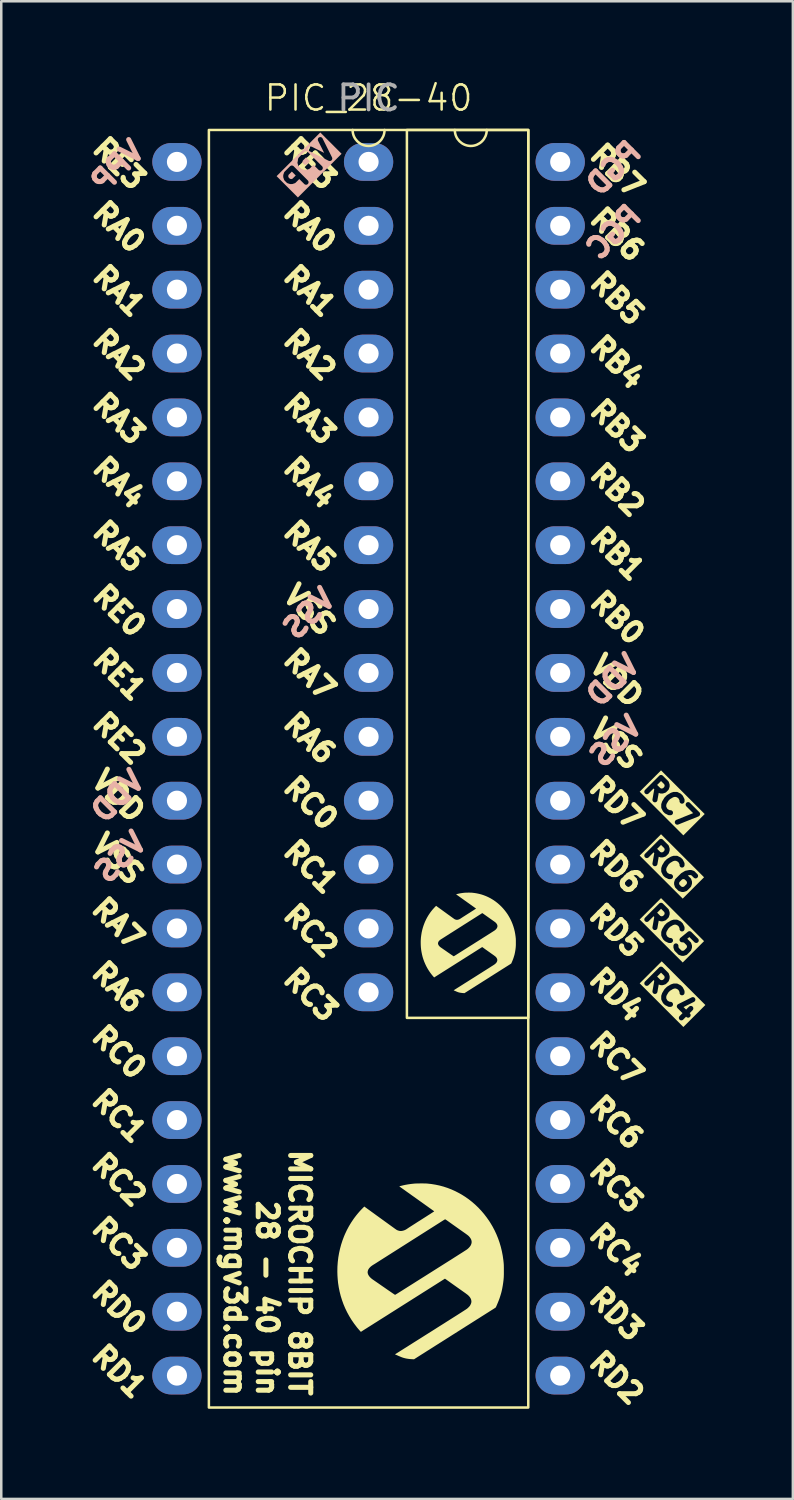
<source format=kicad_pcb>
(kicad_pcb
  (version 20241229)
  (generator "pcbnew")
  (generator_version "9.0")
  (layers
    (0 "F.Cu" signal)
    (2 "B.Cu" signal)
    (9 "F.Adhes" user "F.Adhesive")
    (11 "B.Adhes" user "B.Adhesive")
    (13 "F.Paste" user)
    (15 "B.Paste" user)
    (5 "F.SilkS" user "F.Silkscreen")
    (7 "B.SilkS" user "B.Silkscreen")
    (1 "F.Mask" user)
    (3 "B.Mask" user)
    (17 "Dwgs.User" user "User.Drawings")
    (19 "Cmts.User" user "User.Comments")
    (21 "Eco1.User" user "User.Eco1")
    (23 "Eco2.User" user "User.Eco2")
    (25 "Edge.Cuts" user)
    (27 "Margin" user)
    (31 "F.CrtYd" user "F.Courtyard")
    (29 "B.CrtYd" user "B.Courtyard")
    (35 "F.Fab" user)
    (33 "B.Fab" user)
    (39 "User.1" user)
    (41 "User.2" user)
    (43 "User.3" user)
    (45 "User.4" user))
  (footprint "PIC_28-40"
    (layer "F.Cu")
    (at 11.606 0.848)
    (property "Reference" "PIC_28-40" (at 0 0 0) (unlocked yes) (layer "F.SilkS") (effects (font (size 1 1) (thickness 0.1))))
    (attr smd)
    (fp_rect (start -6.35 1.27) (end 6.35 52.07) (stroke (width 0.1) (type default)) (fill no) (layer "F.SilkS"))
    (fp_rect (start 1.524 1.27) (end 6.35 36.576) (stroke (width 0.1) (type default)) (fill no) (layer "F.SilkS"))
    (fp_arc (start 0.635 1.27) (mid 0 1.905) (end -0.635 1.27) (stroke (width 0.1) (type default)) (layer "F.SilkS"))
    (fp_arc (start 4.699 1.27) (mid 4.064 1.905) (end 3.429 1.27) (stroke (width 0.1) (type default)) (layer "F.SilkS"))
    (fp_poly (pts (xy 5.379 46.728) (xy 5.379 46.769) (xy 5.378 46.805) (xy 5.377 46.838) (xy 5.376 46.867) (xy 5.375 46.896) (xy 5.372 46.925) (xy 5.37 46.955) (xy 5.367 46.987) (xy 5.363 47.023) (xy 5.361 47.037) (xy 5.354 47.095) (xy 5.345 47.158) (xy 5.335 47.224) (xy 5.323 47.29) (xy 5.311 47.355) (xy 5.298 47.415) (xy 5.285 47.469) (xy 5.284 47.473) (xy 5.278 47.498) (xy 5.269 47.53) (xy 5.258 47.566) (xy 5.247 47.604) (xy 5.235 47.642) (xy 5.224 47.677) (xy 5.214 47.708) (xy 5.209 47.723) (xy 5.199 47.75) (xy 5.188 47.781) (xy 5.174 47.816) (xy 5.16 47.852) (xy 5.145 47.889) (xy 5.13 47.925) (xy 5.115 47.961) (xy 5.101 47.994) (xy 5.088 48.025) (xy 5.076 48.051) (xy 5.066 48.072) (xy 5.058 48.087) (xy 5.054 48.094) (xy 5.053 48.095) (xy 5.048 48.098) (xy 5.037 48.106) (xy 5.02 48.117) (xy 4.998 48.131) (xy 4.973 48.147) (xy 4.945 48.165) (xy 4.937 48.17) (xy 4.917 48.182) (xy 4.896 48.195) (xy 4.875 48.209) (xy 4.851 48.224) (xy 4.826 48.24) (xy 4.798 48.257) (xy 4.768 48.277) (xy 4.734 48.298) (xy 4.697 48.321) (xy 4.656 48.347) (xy 4.61 48.376) (xy 4.56 48.408) (xy 4.504 48.443) (xy 4.443 48.482) (xy 4.376 48.525) (xy 4.302 48.571) (xy 4.222 48.622) (xy 4.171 48.654) (xy 4.121 48.686) (xy 4.072 48.717) (xy 4.023 48.748) (xy 3.976 48.778) (xy 3.931 48.806) (xy 3.89 48.832) (xy 3.853 48.855) (xy 3.822 48.876) (xy 3.795 48.892) (xy 3.776 48.905) (xy 3.772 48.907) (xy 3.748 48.922) (xy 3.717 48.942) (xy 3.682 48.964) (xy 3.644 48.988) (xy 3.605 49.013) (xy 3.565 49.038) (xy 3.527 49.062) (xy 3.527 49.063) (xy 3.45 49.111) (xy 3.38 49.155) (xy 3.317 49.195) (xy 3.259 49.232) (xy 3.207 49.265) (xy 3.159 49.296) (xy 3.115 49.323) (xy 3.075 49.349) (xy 3.037 49.373) (xy 3.002 49.395) (xy 2.969 49.416) (xy 2.936 49.437) (xy 2.905 49.457) (xy 2.873 49.477) (xy 2.84 49.497) (xy 2.815 49.513) (xy 2.775 49.539) (xy 2.734 49.564) (xy 2.695 49.589) (xy 2.657 49.613) (xy 2.623 49.635) (xy 2.593 49.654) (xy 2.568 49.67) (xy 2.55 49.682) (xy 2.521 49.699) (xy 2.491 49.719) (xy 2.46 49.738) (xy 2.432 49.756) (xy 2.417 49.766) (xy 2.389 49.783) (xy 2.357 49.803) (xy 2.322 49.825) (xy 2.283 49.85) (xy 2.242 49.876) (xy 2.2 49.903) (xy 2.157 49.93) (xy 2.113 49.957) (xy 2.071 49.984) (xy 2.03 50.01) (xy 1.991 50.035) (xy 1.954 50.058) (xy 1.922 50.079) (xy 1.893 50.097) (xy 1.87 50.112) (xy 1.852 50.123) (xy 1.841 50.13) (xy 1.839 50.132) (xy 1.807 50.152) (xy 1.739 50.149) (xy 1.649 50.143) (xy 1.565 50.133) (xy 1.488 50.12) (xy 1.418 50.103) (xy 1.402 50.099) (xy 1.377 50.091) (xy 1.351 50.083) (xy 1.323 50.073) (xy 1.293 50.061) (xy 1.258 50.046) (xy 1.217 50.029) (xy 1.17 50.009) (xy 1.169 50.008) (xy 1.14 49.995) (xy 1.113 49.984) (xy 1.09 49.974) (xy 1.071 49.966) (xy 1.059 49.961) (xy 1.053 49.959) (xy 1.053 49.956) (xy 1.061 49.949) (xy 1.075 49.939) (xy 1.095 49.927) (xy 1.106 49.92) (xy 1.12 49.911) (xy 1.137 49.901) (xy 1.157 49.888) (xy 1.182 49.872) (xy 1.21 49.854) (xy 1.243 49.834) (xy 1.279 49.811) (xy 1.321 49.785) (xy 1.367 49.756) (xy 1.418 49.723) (xy 1.475 49.688) (xy 1.537 49.649) (xy 1.604 49.606) (xy 1.678 49.56) (xy 1.757 49.509) (xy 1.843 49.455) (xy 1.935 49.397) (xy 2.034 49.335) (xy 2.14 49.268) (xy 2.253 49.196) (xy 2.328 49.149) (xy 2.46 49.066) (xy 2.584 48.988) (xy 2.7 48.914) (xy 2.81 48.844) (xy 2.914 48.779) (xy 3.011 48.718) (xy 3.101 48.66) (xy 3.186 48.607) (xy 3.264 48.557) (xy 3.337 48.511) (xy 3.405 48.468) (xy 3.467 48.429) (xy 3.525 48.392) (xy 3.577 48.359) (xy 3.625 48.328) (xy 3.668 48.301) (xy 3.707 48.276) (xy 3.742 48.253) (xy 3.774 48.233) (xy 3.801 48.215) (xy 3.826 48.199) (xy 3.847 48.186) (xy 3.865 48.174) (xy 3.88 48.163) (xy 3.893 48.155) (xy 3.903 48.148) (xy 3.911 48.142) (xy 3.917 48.138) (xy 3.919 48.136) (xy 3.944 48.115) (xy 3.97 48.09) (xy 3.994 48.065) (xy 4.015 48.042) (xy 4.026 48.028) (xy 4.044 48) (xy 4.06 47.967) (xy 4.074 47.934) (xy 4.083 47.904) (xy 4.083 47.903) (xy 4.089 47.859) (xy 4.085 47.814) (xy 4.074 47.769) (xy 4.054 47.724) (xy 4.026 47.68) (xy 3.989 47.637) (xy 3.948 47.597) (xy 3.935 47.587) (xy 3.917 47.573) (xy 3.894 47.556) (xy 3.868 47.536) (xy 3.839 47.515) (xy 3.808 47.493) (xy 3.795 47.484) (xy 3.729 47.437) (xy 3.661 47.389) (xy 3.59 47.339) (xy 3.517 47.287) (xy 3.439 47.232) (xy 3.357 47.174) (xy 3.269 47.111) (xy 3.175 47.044) (xy 3.037 46.946) (xy 2.721 47.146) (xy 2.668 47.18) (xy 2.612 47.215) (xy 2.555 47.251) (xy 2.498 47.287) (xy 2.443 47.322) (xy 2.389 47.356) (xy 2.339 47.388) (xy 2.293 47.417) (xy 2.253 47.442) (xy 2.22 47.463) (xy 2.178 47.489) (xy 2.131 47.519) (xy 2.08 47.552) (xy 2.025 47.586) (xy 1.97 47.621) (xy 1.916 47.655) (xy 1.864 47.688) (xy 1.816 47.719) (xy 1.813 47.72) (xy 1.764 47.751) (xy 1.71 47.786) (xy 1.652 47.822) (xy 1.593 47.859) (xy 1.534 47.897) (xy 1.478 47.932) (xy 1.426 47.965) (xy 1.381 47.993) (xy 1.339 48.02) (xy 1.29 48.051) (xy 1.236 48.085) (xy 1.179 48.121) (xy 1.121 48.158) (xy 1.063 48.195) (xy 1.005 48.231) (xy 0.951 48.266) (xy 0.91 48.291) (xy 0.861 48.322) (xy 0.811 48.354) (xy 0.76 48.387) (xy 0.709 48.419) (xy 0.66 48.45) (xy 0.614 48.479) (xy 0.571 48.506) (xy 0.534 48.529) (xy 0.503 48.549) (xy 0.501 48.55) (xy 0.461 48.575) (xy 0.416 48.604) (xy 0.368 48.634) (xy 0.319 48.666) (xy 0.27 48.696) (xy 0.224 48.725) (xy 0.193 48.745) (xy 0.151 48.772) (xy 0.103 48.802) (xy 0.053 48.834) (xy 0.001 48.866) (xy -0.049 48.898) (xy -0.096 48.928) (xy -0.128 48.947) (xy -0.162 48.969) (xy -0.194 48.989) (xy -0.223 49.008) (xy -0.248 49.024) (xy -0.269 49.038) (xy -0.285 49.048) (xy -0.294 49.054) (xy -0.296 49.055) (xy -0.303 49.06) (xy -0.306 49.061) (xy -0.309 49.058) (xy -0.318 49.049) (xy -0.331 49.035) (xy -0.347 49.017) (xy -0.365 48.997) (xy -0.385 48.974) (xy -0.405 48.951) (xy -0.425 48.927) (xy -0.444 48.905) (xy -0.461 48.884) (xy -0.471 48.871) (xy -0.578 48.73) (xy -0.678 48.585) (xy -0.769 48.436) (xy -0.853 48.283) (xy -0.929 48.126) (xy -0.997 47.965) (xy -1.056 47.801) (xy -1.108 47.634) (xy -1.151 47.464) (xy -1.186 47.292) (xy -1.213 47.116) (xy -1.214 47.108) (xy -1.228 46.964) (xy -1.238 46.817) (xy -1.242 46.67) (xy -1.24 46.525) (xy -1.238 46.457) (xy -1.225 46.28) (xy -1.204 46.105) (xy -1.174 45.931) (xy -1.136 45.759) (xy -1.091 45.591) (xy -1.037 45.425) (xy -0.976 45.263) (xy -0.935 45.167) (xy -0.862 45.012) (xy -0.782 44.862) (xy -0.694 44.717) (xy -0.599 44.575) (xy -0.55 44.508) (xy -0.488 44.427) (xy -0.422 44.347) (xy -0.355 44.269) (xy -0.287 44.196) (xy -0.22 44.128) (xy -0.198 44.106) (xy -0.168 44.078) (xy -0.134 44.104) (xy -0.118 44.116) (xy -0.097 44.131) (xy -0.073 44.148) (xy -0.049 44.166) (xy -0.035 44.177) (xy -0.011 44.193) (xy 0.017 44.214) (xy 0.048 44.236) (xy 0.08 44.259) (xy 0.11 44.281) (xy 0.118 44.287) (xy 0.192 44.34) (xy 0.259 44.389) (xy 0.319 44.433) (xy 0.374 44.472) (xy 0.423 44.508) (xy 0.466 44.539) (xy 0.505 44.567) (xy 0.539 44.592) (xy 0.569 44.613) (xy 0.595 44.632) (xy 0.617 44.649) (xy 0.637 44.663) (xy 0.654 44.675) (xy 0.668 44.685) (xy 0.681 44.695) (xy 0.691 44.702) (xy 0.715 44.719) (xy 0.743 44.739) (xy 0.774 44.762) (xy 0.806 44.785) (xy 0.836 44.807) (xy 0.842 44.811) (xy 0.895 44.849) (xy 0.941 44.883) (xy 0.981 44.911) (xy 1.015 44.936) (xy 1.043 44.956) (xy 1.067 44.973) (xy 1.086 44.986) (xy 1.101 44.996) (xy 1.112 45.004) (xy 1.119 45.008) (xy 1.12 45.009) (xy 1.143 45.02) (xy 1.172 45.031) (xy 1.203 45.04) (xy 1.233 45.047) (xy 1.239 45.048) (xy 1.282 45.051) (xy 1.329 45.047) (xy 1.378 45.036) (xy 1.427 45.02) (xy 1.475 44.998) (xy 1.521 44.97) (xy 1.541 44.956) (xy 1.546 44.953) (xy 1.553 44.948) (xy 1.563 44.941) (xy 1.576 44.933) (xy 1.591 44.922) (xy 1.61 44.91) (xy 1.633 44.895) (xy 1.66 44.878) (xy 1.69 44.858) (xy 1.726 44.836) (xy 1.765 44.81) (xy 1.81 44.782) (xy 1.86 44.75) (xy 1.915 44.714) (xy 1.976 44.675) (xy 2.044 44.633) (xy 2.117 44.586) (xy 2.197 44.535) (xy 2.284 44.48) (xy 2.377 44.42) (xy 2.433 44.385) (xy 2.469 44.362) (xy 2.502 44.34) (xy 2.532 44.321) (xy 2.558 44.304) (xy 2.58 44.29) (xy 2.596 44.279) (xy 2.606 44.271) (xy 2.609 44.268) (xy 2.609 44.268) (xy 2.605 44.265) (xy 2.595 44.257) (xy 2.58 44.246) (xy 2.561 44.232) (xy 2.539 44.217) (xy 2.531 44.211) (xy 2.503 44.191) (xy 2.47 44.167) (xy 2.435 44.143) (xy 2.401 44.118) (xy 2.371 44.097) (xy 2.37 44.096) (xy 2.355 44.085) (xy 2.334 44.07) (xy 2.308 44.051) (xy 2.276 44.029) (xy 2.24 44.003) (xy 2.2 43.974) (xy 2.156 43.943) (xy 2.109 43.909) (xy 2.059 43.874) (xy 2.007 43.837) (xy 1.953 43.798) (xy 1.898 43.759) (xy 1.843 43.719) (xy 1.786 43.679) (xy 1.73 43.64) (xy 1.675 43.6) (xy 1.621 43.561) (xy 1.568 43.524) (xy 1.517 43.488) (xy 1.469 43.453) (xy 1.424 43.421) (xy 1.383 43.392) (xy 1.345 43.365) (xy 1.311 43.341) (xy 1.283 43.321) (xy 1.26 43.304) (xy 1.243 43.292) (xy 1.232 43.284) (xy 1.228 43.281) (xy 1.224 43.278) (xy 1.223 43.276) (xy 1.227 43.273) (xy 1.236 43.27) (xy 1.251 43.266) (xy 1.27 43.261) (xy 1.374 43.235) (xy 1.477 43.213) (xy 1.582 43.195) (xy 1.69 43.18) (xy 1.789 43.169) (xy 1.82 43.166) (xy 1.859 43.164) (xy 1.903 43.162) (xy 1.952 43.161) (xy 2.003 43.16) (xy 2.056 43.159) (xy 2.11 43.159) (xy 2.161 43.159) (xy 2.21 43.16) (xy 2.255 43.161) (xy 2.294 43.162) (xy 2.325 43.164) (xy 2.493 43.182) (xy 2.659 43.209) (xy 2.821 43.243) (xy 2.981 43.286) (xy 3.041 43.306) (xy 3.041 44.586) (xy 3.039 44.587) (xy 3.033 44.59) (xy 3.02 44.598) (xy 3.002 44.609) (xy 2.98 44.622) (xy 2.955 44.638) (xy 2.93 44.654) (xy 2.9 44.673) (xy 2.865 44.695) (xy 2.825 44.721) (xy 2.782 44.748) (xy 2.735 44.778) (xy 2.687 44.808) (xy 2.636 44.841) (xy 2.585 44.873) (xy 2.533 44.906) (xy 2.481 44.939) (xy 2.43 44.971) (xy 2.381 45.002) (xy 2.334 45.032) (xy 2.29 45.06) (xy 2.25 45.086) (xy 2.213 45.109) (xy 2.182 45.129) (xy 2.156 45.145) (xy 2.137 45.158) (xy 2.125 45.165) (xy 2.111 45.174) (xy 2.09 45.187) (xy 2.063 45.204) (xy 2.031 45.225) (xy 1.994 45.248) (xy 1.954 45.274) (xy 1.91 45.301) (xy 1.865 45.33) (xy 1.818 45.36) (xy 1.773 45.388) (xy 1.72 45.422) (xy 1.665 45.457) (xy 1.607 45.494) (xy 1.549 45.531) (xy 1.492 45.567) (xy 1.437 45.602) (xy 1.385 45.635) (xy 1.337 45.665) (xy 1.295 45.692) (xy 1.282 45.7) (xy 1.236 45.73) (xy 1.184 45.763) (xy 1.128 45.798) (xy 1.07 45.835) (xy 1.012 45.872) (xy 0.956 45.907) (xy 0.903 45.941) (xy 0.864 45.966) (xy 0.819 45.994) (xy 0.772 46.024) (xy 0.725 46.054) (xy 0.678 46.084) (xy 0.633 46.112) (xy 0.592 46.138) (xy 0.555 46.162) (xy 0.524 46.182) (xy 0.519 46.185) (xy 0.483 46.207) (xy 0.447 46.23) (xy 0.41 46.254) (xy 0.375 46.276) (xy 0.344 46.296) (xy 0.318 46.313) (xy 0.309 46.318) (xy 0.283 46.335) (xy 0.257 46.351) (xy 0.232 46.367) (xy 0.211 46.379) (xy 0.196 46.389) (xy 0.195 46.389) (xy 0.141 46.424) (xy 0.093 46.46) (xy 0.053 46.498) (xy 0.019 46.536) (xy -0.006 46.575) (xy -0.009 46.581) (xy -0.025 46.619) (xy -0.035 46.661) (xy -0.038 46.687) (xy -0.038 46.696) (xy -0.036 46.71) (xy -0.034 46.724) (xy -0.024 46.765) (xy -0.004 46.806) (xy 0.022 46.847) (xy 0.057 46.888) (xy 0.098 46.928) (xy 0.146 46.966) (xy 0.169 46.982) (xy 0.178 46.989) (xy 0.194 46.999) (xy 0.215 47.014) (xy 0.241 47.032) (xy 0.271 47.053) (xy 0.305 47.076) (xy 0.341 47.101) (xy 0.379 47.127) (xy 0.395 47.138) (xy 0.481 47.198) (xy 0.56 47.253) (xy 0.633 47.303) (xy 0.699 47.349) (xy 0.758 47.39) (xy 0.812 47.427) (xy 0.859 47.459) (xy 0.901 47.488) (xy 0.937 47.513) (xy 0.968 47.534) (xy 0.994 47.551) (xy 1.015 47.565) (xy 1.031 47.576) (xy 1.043 47.583) (xy 1.05 47.588) (xy 1.054 47.589) (xy 1.054 47.589) (xy 1.059 47.587) (xy 1.071 47.58) (xy 1.088 47.57) (xy 1.111 47.556) (xy 1.138 47.54) (xy 1.168 47.521) (xy 1.201 47.5) (xy 1.224 47.486) (xy 1.266 47.46) (xy 1.312 47.431) (xy 1.36 47.401) (xy 1.408 47.37) (xy 1.454 47.341) (xy 1.496 47.315) (xy 1.53 47.293) (xy 1.713 47.178) (xy 1.888 47.067) (xy 2.056 46.961) (xy 2.217 46.86) (xy 2.37 46.763) (xy 2.516 46.671) (xy 2.655 46.583) (xy 2.786 46.5) (xy 2.91 46.422) (xy 3.027 46.348) (xy 3.136 46.279) (xy 3.238 46.215) (xy 3.333 46.155) (xy 3.42 46.099) (xy 3.501 46.048) (xy 3.574 46.001) (xy 3.64 45.959) (xy 3.699 45.922) (xy 3.751 45.889) (xy 3.796 45.86) (xy 3.833 45.836) (xy 3.864 45.816) (xy 3.888 45.801) (xy 3.904 45.789) (xy 3.914 45.783) (xy 3.915 45.782) (xy 3.951 45.753) (xy 3.985 45.72) (xy 4.017 45.685) (xy 4.044 45.65) (xy 4.064 45.617) (xy 4.065 45.614) (xy 4.085 45.567) (xy 4.096 45.52) (xy 4.098 45.474) (xy 4.091 45.429) (xy 4.076 45.384) (xy 4.051 45.338) (xy 4.022 45.298) (xy 4.009 45.283) (xy 3.997 45.269) (xy 3.985 45.256) (xy 3.971 45.243) (xy 3.955 45.229) (xy 3.936 45.214) (xy 3.914 45.197) (xy 3.886 45.177) (xy 3.854 45.153) (xy 3.815 45.126) (xy 3.804 45.118) (xy 3.777 45.099) (xy 3.744 45.076) (xy 3.705 45.048) (xy 3.662 45.018) (xy 3.615 44.985) (xy 3.566 44.95) (xy 3.515 44.914) (xy 3.463 44.877) (xy 3.411 44.84) (xy 3.361 44.805) (xy 3.312 44.77) (xy 3.267 44.738) (xy 3.225 44.708) (xy 3.188 44.682) (xy 3.172 44.67) (xy 3.138 44.646) (xy 3.111 44.627) (xy 3.089 44.612) (xy 3.073 44.601) (xy 3.06 44.594) (xy 3.051 44.589) (xy 3.045 44.586) (xy 3.041 44.586) (xy 3.041 43.306) (xy 3.139 43.338) (xy 3.294 43.398) (xy 3.447 43.467) (xy 3.597 43.544) (xy 3.71 43.608) (xy 3.849 43.696) (xy 3.985 43.792) (xy 4.116 43.895) (xy 4.242 44.005) (xy 4.364 44.122) (xy 4.48 44.245) (xy 4.59 44.374) (xy 4.694 44.509) (xy 4.792 44.648) (xy 4.838 44.719) (xy 4.928 44.87) (xy 5.01 45.025) (xy 5.084 45.184) (xy 5.15 45.346) (xy 5.208 45.512) (xy 5.258 45.682) (xy 5.3 45.855) (xy 5.334 46.032) (xy 5.36 46.214) (xy 5.369 46.3) (xy 5.371 46.324) (xy 5.373 46.346) (xy 5.375 46.368) (xy 5.376 46.39) (xy 5.377 46.414) (xy 5.378 46.441) (xy 5.378 46.471) (xy 5.379 46.507) (xy 5.379 46.548) (xy 5.379 46.597) (xy 5.379 46.625) (xy 5.379 46.68)) (stroke (width 0) (type solid)) (fill yes) (layer "F.SilkS"))
    (fp_poly (pts (xy 5.856 33.636) (xy 5.856 33.659) (xy 5.856 33.68) (xy 5.855 33.698) (xy 5.854 33.715) (xy 5.853 33.732) (xy 5.852 33.748) (xy 5.851 33.765) (xy 5.849 33.784) (xy 5.847 33.805) (xy 5.846 33.812) (xy 5.842 33.846) (xy 5.837 33.882) (xy 5.831 33.919) (xy 5.824 33.957) (xy 5.817 33.994) (xy 5.81 34.028) (xy 5.803 34.059) (xy 5.802 34.061) (xy 5.798 34.076) (xy 5.793 34.094) (xy 5.787 34.115) (xy 5.78 34.136) (xy 5.774 34.158) (xy 5.767 34.178) (xy 5.762 34.196) (xy 5.759 34.204) (xy 5.753 34.22) (xy 5.747 34.238) (xy 5.739 34.257) (xy 5.731 34.278) (xy 5.723 34.299) (xy 5.714 34.32) (xy 5.705 34.34) (xy 5.697 34.359) (xy 5.69 34.377) (xy 5.683 34.392) (xy 5.677 34.404) (xy 5.673 34.412) (xy 5.67 34.417) (xy 5.67 34.417) (xy 5.667 34.419) (xy 5.66 34.423) (xy 5.651 34.43) (xy 5.638 34.437) (xy 5.624 34.447) (xy 5.608 34.457) (xy 5.603 34.46) (xy 5.592 34.467) (xy 5.58 34.474) (xy 5.568 34.482) (xy 5.554 34.491) (xy 5.54 34.5) (xy 5.524 34.51) (xy 5.507 34.521) (xy 5.488 34.533) (xy 5.466 34.546) (xy 5.443 34.561) (xy 5.417 34.578) (xy 5.388 34.596) (xy 5.356 34.616) (xy 5.321 34.638) (xy 5.283 34.662) (xy 5.241 34.689) (xy 5.195 34.718) (xy 5.166 34.736) (xy 5.137 34.755) (xy 5.109 34.773) (xy 5.081 34.79) (xy 5.054 34.807) (xy 5.029 34.823) (xy 5.005 34.838) (xy 4.984 34.851) (xy 4.966 34.863) (xy 4.951 34.872) (xy 4.94 34.88) (xy 4.938 34.881) (xy 4.924 34.89) (xy 4.906 34.901) (xy 4.886 34.913) (xy 4.865 34.927) (xy 4.842 34.941) (xy 4.82 34.956) (xy 4.798 34.97) (xy 4.798 34.97) (xy 4.754 34.998) (xy 4.714 35.023) (xy 4.678 35.046) (xy 4.645 35.067) (xy 4.615 35.086) (xy 4.587 35.103) (xy 4.562 35.119) (xy 4.539 35.133) (xy 4.518 35.147) (xy 4.498 35.16) (xy 4.479 35.172) (xy 4.46 35.184) (xy 4.442 35.195) (xy 4.424 35.207) (xy 4.405 35.218) (xy 4.391 35.227) (xy 4.368 35.242) (xy 4.345 35.257) (xy 4.322 35.271) (xy 4.301 35.284) (xy 4.281 35.297) (xy 4.264 35.308) (xy 4.25 35.317) (xy 4.239 35.323) (xy 4.223 35.334) (xy 4.206 35.345) (xy 4.188 35.356) (xy 4.172 35.366) (xy 4.163 35.371) (xy 4.148 35.381) (xy 4.129 35.393) (xy 4.109 35.406) (xy 4.087 35.42) (xy 4.064 35.434) (xy 4.039 35.45) (xy 4.015 35.465) (xy 3.99 35.481) (xy 3.966 35.496) (xy 3.942 35.511) (xy 3.92 35.526) (xy 3.899 35.539) (xy 3.88 35.551) (xy 3.864 35.561) (xy 3.851 35.569) (xy 3.841 35.576) (xy 3.834 35.58) (xy 3.833 35.581) (xy 3.815 35.593) (xy 3.776 35.591) (xy 3.725 35.587) (xy 3.677 35.581) (xy 3.632 35.574) (xy 3.593 35.565) (xy 3.583 35.562) (xy 3.569 35.558) (xy 3.554 35.553) (xy 3.538 35.547) (xy 3.521 35.54) (xy 3.501 35.532) (xy 3.478 35.522) (xy 3.451 35.51) (xy 3.45 35.51) (xy 3.434 35.503) (xy 3.418 35.496) (xy 3.405 35.491) (xy 3.395 35.486) (xy 3.387 35.483) (xy 3.384 35.482) (xy 3.384 35.48) (xy 3.388 35.477) (xy 3.397 35.471) (xy 3.408 35.463) (xy 3.414 35.46) (xy 3.422 35.455) (xy 3.432 35.449) (xy 3.444 35.441) (xy 3.458 35.432) (xy 3.474 35.422) (xy 3.492 35.411) (xy 3.513 35.397) (xy 3.537 35.382) (xy 3.563 35.366) (xy 3.593 35.347) (xy 3.625 35.327) (xy 3.66 35.305) (xy 3.699 35.28) (xy 3.741 35.254) (xy 3.786 35.225) (xy 3.835 35.194) (xy 3.888 35.161) (xy 3.945 35.125) (xy 4.005 35.087) (xy 4.07 35.046) (xy 4.113 35.019) (xy 4.188 34.972) (xy 4.259 34.927) (xy 4.325 34.885) (xy 4.388 34.845) (xy 4.447 34.808) (xy 4.503 34.773) (xy 4.554 34.74) (xy 4.603 34.709) (xy 4.648 34.681) (xy 4.689 34.655) (xy 4.728 34.63) (xy 4.764 34.608) (xy 4.796 34.587) (xy 4.826 34.568) (xy 4.854 34.55) (xy 4.878 34.534) (xy 4.901 34.52) (xy 4.921 34.507) (xy 4.939 34.496) (xy 4.955 34.486) (xy 4.968 34.477) (xy 4.98 34.469) (xy 4.991 34.462) (xy 4.999 34.456) (xy 5.007 34.451) (xy 5.013 34.447) (xy 5.017 34.444) (xy 5.021 34.441) (xy 5.022 34.44) (xy 5.036 34.428) (xy 5.051 34.414) (xy 5.065 34.4) (xy 5.077 34.387) (xy 5.083 34.378) (xy 5.093 34.362) (xy 5.103 34.344) (xy 5.11 34.325) (xy 5.116 34.308) (xy 5.116 34.307) (xy 5.119 34.282) (xy 5.117 34.256) (xy 5.11 34.231) (xy 5.099 34.205) (xy 5.083 34.18) (xy 5.062 34.155) (xy 5.038 34.132) (xy 5.031 34.127) (xy 5.021 34.119) (xy 5.008 34.109) (xy 4.992 34.098) (xy 4.976 34.085) (xy 4.958 34.073) (xy 4.951 34.068) (xy 4.913 34.041) (xy 4.874 34.014) (xy 4.834 33.985) (xy 4.792 33.955) (xy 4.748 33.924) (xy 4.701 33.89) (xy 4.65 33.855) (xy 4.597 33.816) (xy 4.518 33.76) (xy 4.337 33.874) (xy 4.307 33.894) (xy 4.275 33.914) (xy 4.242 33.935) (xy 4.21 33.955) (xy 4.178 33.975) (xy 4.148 33.995) (xy 4.119 34.013) (xy 4.093 34.029) (xy 4.069 34.044) (xy 4.051 34.056) (xy 4.027 34.071) (xy 4 34.088) (xy 3.971 34.106) (xy 3.94 34.126) (xy 3.908 34.146) (xy 3.877 34.166) (xy 3.847 34.184) (xy 3.82 34.202) (xy 3.818 34.203) (xy 3.79 34.221) (xy 3.759 34.24) (xy 3.726 34.261) (xy 3.693 34.282) (xy 3.659 34.304) (xy 3.627 34.324) (xy 3.597 34.343) (xy 3.572 34.359) (xy 3.547 34.374) (xy 3.519 34.392) (xy 3.489 34.411) (xy 3.456 34.432) (xy 3.423 34.453) (xy 3.39 34.474) (xy 3.357 34.495) (xy 3.326 34.514) (xy 3.302 34.529) (xy 3.275 34.547) (xy 3.246 34.565) (xy 3.216 34.583) (xy 3.187 34.602) (xy 3.159 34.62) (xy 3.133 34.636) (xy 3.109 34.652) (xy 3.087 34.665) (xy 3.07 34.676) (xy 3.068 34.677) (xy 3.046 34.691) (xy 3.02 34.708) (xy 2.993 34.725) (xy 2.964 34.743) (xy 2.937 34.76) (xy 2.911 34.777) (xy 2.893 34.788) (xy 2.869 34.803) (xy 2.841 34.821) (xy 2.812 34.839) (xy 2.783 34.858) (xy 2.754 34.876) (xy 2.727 34.893) (xy 2.709 34.904) (xy 2.69 34.916) (xy 2.671 34.928) (xy 2.655 34.939) (xy 2.64 34.948) (xy 2.628 34.955) (xy 2.62 34.961) (xy 2.614 34.965) (xy 2.613 34.966) (xy 2.609 34.968) (xy 2.608 34.969) (xy 2.605 34.967) (xy 2.6 34.962) (xy 2.593 34.954) (xy 2.584 34.944) (xy 2.574 34.932) (xy 2.563 34.919) (xy 2.551 34.906) (xy 2.54 34.892) (xy 2.529 34.88) (xy 2.519 34.868) (xy 2.513 34.86) (xy 2.452 34.78) (xy 2.395 34.697) (xy 2.343 34.612) (xy 2.295 34.524) (xy 2.252 34.434) (xy 2.213 34.343) (xy 2.179 34.249) (xy 2.149 34.154) (xy 2.125 34.057) (xy 2.105 33.958) (xy 2.089 33.858) (xy 2.089 33.853) (xy 2.08 33.771) (xy 2.075 33.687) (xy 2.073 33.602) (xy 2.073 33.52) (xy 2.075 33.481) (xy 2.082 33.38) (xy 2.095 33.28) (xy 2.111 33.18) (xy 2.133 33.082) (xy 2.159 32.986) (xy 2.19 32.891) (xy 2.225 32.799) (xy 2.248 32.744) (xy 2.29 32.655) (xy 2.336 32.569) (xy 2.386 32.486) (xy 2.44 32.406) (xy 2.468 32.367) (xy 2.504 32.321) (xy 2.541 32.275) (xy 2.58 32.231) (xy 2.618 32.189) (xy 2.656 32.15) (xy 2.669 32.137) (xy 2.686 32.121) (xy 2.706 32.136) (xy 2.715 32.143) (xy 2.727 32.152) (xy 2.74 32.162) (xy 2.754 32.172) (xy 2.763 32.178) (xy 2.776 32.187) (xy 2.792 32.199) (xy 2.81 32.212) (xy 2.828 32.225) (xy 2.845 32.238) (xy 2.85 32.241) (xy 2.892 32.271) (xy 2.93 32.299) (xy 2.965 32.324) (xy 2.996 32.347) (xy 3.024 32.367) (xy 3.049 32.385) (xy 3.071 32.401) (xy 3.09 32.415) (xy 3.107 32.427) (xy 3.122 32.438) (xy 3.135 32.448) (xy 3.146 32.456) (xy 3.156 32.463) (xy 3.164 32.469) (xy 3.171 32.474) (xy 3.177 32.478) (xy 3.191 32.488) (xy 3.207 32.499) (xy 3.225 32.512) (xy 3.243 32.525) (xy 3.26 32.538) (xy 3.263 32.54) (xy 3.293 32.562) (xy 3.32 32.581) (xy 3.343 32.598) (xy 3.362 32.612) (xy 3.379 32.623) (xy 3.392 32.633) (xy 3.403 32.641) (xy 3.411 32.646) (xy 3.418 32.65) (xy 3.422 32.653) (xy 3.423 32.654) (xy 3.436 32.66) (xy 3.452 32.666) (xy 3.47 32.671) (xy 3.487 32.675) (xy 3.49 32.676) (xy 3.515 32.677) (xy 3.542 32.675) (xy 3.57 32.669) (xy 3.598 32.659) (xy 3.625 32.647) (xy 3.651 32.631) (xy 3.663 32.623) (xy 3.666 32.621) (xy 3.67 32.618) (xy 3.675 32.615) (xy 3.683 32.61) (xy 3.692 32.604) (xy 3.703 32.597) (xy 3.716 32.588) (xy 3.731 32.579) (xy 3.748 32.567) (xy 3.768 32.554) (xy 3.791 32.54) (xy 3.817 32.524) (xy 3.845 32.505) (xy 3.877 32.485) (xy 3.912 32.463) (xy 3.95 32.438) (xy 3.992 32.412) (xy 4.038 32.383) (xy 4.087 32.351) (xy 4.141 32.317) (xy 4.173 32.297) (xy 4.193 32.284) (xy 4.212 32.271) (xy 4.229 32.26) (xy 4.244 32.251) (xy 4.256 32.242) (xy 4.266 32.236) (xy 4.271 32.232) (xy 4.273 32.23) (xy 4.273 32.23) (xy 4.271 32.228) (xy 4.265 32.224) (xy 4.257 32.218) (xy 4.246 32.21) (xy 4.233 32.201) (xy 4.229 32.197) (xy 4.212 32.186) (xy 4.194 32.173) (xy 4.174 32.158) (xy 4.155 32.145) (xy 4.137 32.132) (xy 4.137 32.132) (xy 4.128 32.126) (xy 4.116 32.117) (xy 4.101 32.106) (xy 4.083 32.093) (xy 4.062 32.079) (xy 4.039 32.062) (xy 4.014 32.044) (xy 3.987 32.025) (xy 3.959 32.005) (xy 3.929 31.984) (xy 3.899 31.962) (xy 3.867 31.939) (xy 3.835 31.917) (xy 3.803 31.894) (xy 3.771 31.871) (xy 3.739 31.848) (xy 3.708 31.826) (xy 3.678 31.805) (xy 3.649 31.784) (xy 3.622 31.765) (xy 3.596 31.746) (xy 3.572 31.729) (xy 3.551 31.714) (xy 3.532 31.7) (xy 3.515 31.689) (xy 3.502 31.679) (xy 3.492 31.672) (xy 3.486 31.668) (xy 3.484 31.666) (xy 3.482 31.664) (xy 3.481 31.663) (xy 3.483 31.662) (xy 3.488 31.66) (xy 3.497 31.657) (xy 3.508 31.654) (xy 3.567 31.64) (xy 3.626 31.627) (xy 3.686 31.617) (xy 3.748 31.608) (xy 3.805 31.602) (xy 3.822 31.6) (xy 3.844 31.599) (xy 3.87 31.598) (xy 3.898 31.597) (xy 3.927 31.597) (xy 3.957 31.596) (xy 3.988 31.596) (xy 4.017 31.596) (xy 4.045 31.597) (xy 4.071 31.597) (xy 4.093 31.598) (xy 4.111 31.599) (xy 4.207 31.61) (xy 4.301 31.625) (xy 4.394 31.645) (xy 4.486 31.669) (xy 4.52 31.68) (xy 4.52 32.412) (xy 4.519 32.412) (xy 4.515 32.414) (xy 4.508 32.418) (xy 4.498 32.425) (xy 4.485 32.432) (xy 4.471 32.441) (xy 4.457 32.451) (xy 4.439 32.462) (xy 4.419 32.474) (xy 4.397 32.489) (xy 4.372 32.504) (xy 4.345 32.521) (xy 4.318 32.539) (xy 4.289 32.557) (xy 4.259 32.576) (xy 4.23 32.595) (xy 4.2 32.613) (xy 4.171 32.632) (xy 4.143 32.65) (xy 4.116 32.667) (xy 4.091 32.683) (xy 4.068 32.697) (xy 4.047 32.711) (xy 4.029 32.722) (xy 4.014 32.731) (xy 4.003 32.738) (xy 3.997 32.743) (xy 3.988 32.748) (xy 3.976 32.755) (xy 3.961 32.765) (xy 3.943 32.777) (xy 3.922 32.79) (xy 3.899 32.805) (xy 3.874 32.82) (xy 3.848 32.837) (xy 3.821 32.854) (xy 3.795 32.87) (xy 3.765 32.889) (xy 3.734 32.91) (xy 3.701 32.93) (xy 3.668 32.952) (xy 3.635 32.972) (xy 3.603 32.992) (xy 3.574 33.011) (xy 3.546 33.028) (xy 3.522 33.044) (xy 3.515 33.049) (xy 3.488 33.065) (xy 3.459 33.084) (xy 3.427 33.104) (xy 3.394 33.125) (xy 3.361 33.146) (xy 3.329 33.167) (xy 3.298 33.186) (xy 3.276 33.2) (xy 3.25 33.216) (xy 3.224 33.233) (xy 3.197 33.251) (xy 3.17 33.268) (xy 3.144 33.284) (xy 3.12 33.299) (xy 3.099 33.312) (xy 3.082 33.324) (xy 3.079 33.325) (xy 3.059 33.338) (xy 3.038 33.351) (xy 3.017 33.365) (xy 2.997 33.377) (xy 2.979 33.389) (xy 2.964 33.398) (xy 2.959 33.401) (xy 2.944 33.411) (xy 2.929 33.421) (xy 2.915 33.429) (xy 2.903 33.437) (xy 2.894 33.442) (xy 2.894 33.442) (xy 2.863 33.462) (xy 2.836 33.483) (xy 2.812 33.504) (xy 2.793 33.526) (xy 2.779 33.548) (xy 2.777 33.552) (xy 2.768 33.574) (xy 2.762 33.597) (xy 2.76 33.612) (xy 2.761 33.617) (xy 2.762 33.626) (xy 2.763 33.634) (xy 2.769 33.657) (xy 2.78 33.68) (xy 2.795 33.704) (xy 2.815 33.727) (xy 2.838 33.75) (xy 2.866 33.772) (xy 2.879 33.781) (xy 2.884 33.785) (xy 2.893 33.791) (xy 2.905 33.799) (xy 2.92 33.809) (xy 2.937 33.821) (xy 2.957 33.835) (xy 2.977 33.849) (xy 2.999 33.864) (xy 3.008 33.87) (xy 3.057 33.904) (xy 3.103 33.936) (xy 3.144 33.965) (xy 3.182 33.991) (xy 3.216 34.014) (xy 3.246 34.035) (xy 3.273 34.054) (xy 3.297 34.07) (xy 3.318 34.084) (xy 3.335 34.096) (xy 3.35 34.106) (xy 3.362 34.114) (xy 3.371 34.12) (xy 3.378 34.124) (xy 3.382 34.127) (xy 3.384 34.128) (xy 3.385 34.128) (xy 3.387 34.127) (xy 3.394 34.123) (xy 3.404 34.117) (xy 3.417 34.109) (xy 3.433 34.1) (xy 3.45 34.089) (xy 3.469 34.077) (xy 3.482 34.069) (xy 3.506 34.054) (xy 3.532 34.037) (xy 3.559 34.02) (xy 3.587 34.003) (xy 3.613 33.986) (xy 3.637 33.971) (xy 3.656 33.959) (xy 3.761 33.893) (xy 3.861 33.83) (xy 3.957 33.769) (xy 4.049 33.711) (xy 4.137 33.656) (xy 4.22 33.603) (xy 4.299 33.553) (xy 4.374 33.506) (xy 4.445 33.461) (xy 4.512 33.419) (xy 4.574 33.379) (xy 4.633 33.342) (xy 4.687 33.308) (xy 4.737 33.276) (xy 4.783 33.247) (xy 4.825 33.221) (xy 4.862 33.197) (xy 4.896 33.175) (xy 4.926 33.156) (xy 4.951 33.14) (xy 4.973 33.126) (xy 4.99 33.115) (xy 5.004 33.106) (xy 5.013 33.099) (xy 5.019 33.096) (xy 5.019 33.095) (xy 5.04 33.079) (xy 5.06 33.06) (xy 5.078 33.04) (xy 5.093 33.02) (xy 5.105 33.001) (xy 5.105 32.999) (xy 5.117 32.972) (xy 5.123 32.946) (xy 5.124 32.919) (xy 5.12 32.893) (xy 5.111 32.868) (xy 5.097 32.842) (xy 5.08 32.818) (xy 5.073 32.81) (xy 5.066 32.802) (xy 5.059 32.795) (xy 5.051 32.787) (xy 5.042 32.779) (xy 5.032 32.771) (xy 5.019 32.761) (xy 5.003 32.749) (xy 4.984 32.736) (xy 4.962 32.72) (xy 4.956 32.716) (xy 4.941 32.705) (xy 4.922 32.692) (xy 4.899 32.676) (xy 4.875 32.658) (xy 4.848 32.64) (xy 4.82 32.62) (xy 4.791 32.599) (xy 4.761 32.578) (xy 4.732 32.557) (xy 4.703 32.537) (xy 4.675 32.517) (xy 4.649 32.498) (xy 4.625 32.482) (xy 4.604 32.466) (xy 4.595 32.46) (xy 4.576 32.446) (xy 4.56 32.435) (xy 4.548 32.427) (xy 4.538 32.42) (xy 4.531 32.416) (xy 4.526 32.413) (xy 4.522 32.412) (xy 4.52 32.412) (xy 4.52 31.68) (xy 4.576 31.699) (xy 4.665 31.733) (xy 4.752 31.772) (xy 4.838 31.816) (xy 4.902 31.853) (xy 4.982 31.903) (xy 5.059 31.958) (xy 5.134 32.017) (xy 5.206 32.08) (xy 5.276 32.147) (xy 5.342 32.217) (xy 5.405 32.291) (xy 5.465 32.368) (xy 5.521 32.447) (xy 5.547 32.488) (xy 5.598 32.574) (xy 5.645 32.663) (xy 5.687 32.753) (xy 5.725 32.846) (xy 5.758 32.941) (xy 5.787 33.038) (xy 5.811 33.137) (xy 5.83 33.238) (xy 5.845 33.342) (xy 5.85 33.391) (xy 5.852 33.405) (xy 5.853 33.418) (xy 5.854 33.43) (xy 5.854 33.443) (xy 5.855 33.456) (xy 5.855 33.472) (xy 5.856 33.489) (xy 5.856 33.509) (xy 5.856 33.533) (xy 5.856 33.561) (xy 5.856 33.577) (xy 5.856 33.609)) (stroke (width 0) (type solid)) (fill yes) (layer "F.SilkS"))
    (fp_text user "RA7" (at -11.176 32.258 315) (unlocked yes) (layer "F.SilkS") (effects (font (size 0.8 0.8) (thickness 0.2) (bold yes)) (justify left bottom)))
    (fp_text user "RC5" (at 10.759 32.512 315) (unlocked yes) (layer "F.SilkS" knockout) (effects (font (size 0.8 0.8) (thickness 0.2) (bold yes)) (justify left bottom)))
    (fp_text user "RD5" (at 8.6 32.512 315) (unlocked yes) (layer "F.SilkS") (effects (font (size 0.8 0.8) (thickness 0.2) (bold yes)) (justify left bottom)))
    (fp_text user "RB3" (at 8.636 12.446 315) (unlocked yes) (layer "F.SilkS") (effects (font (size 0.8 0.8) (thickness 0.2) (bold yes)) (justify left bottom)))
    (fp_text user "RB1" (at 8.636 17.526 315) (unlocked yes) (layer "F.SilkS") (effects (font (size 0.8 0.8) (thickness 0.2) (bold yes)) (justify left bottom)))
    (fp_text user "RC3" (at -11.176 44.958 315) (unlocked yes) (layer "F.SilkS") (effects (font (size 0.8 0.8) (thickness 0.2) (bold yes)) (justify left bottom)))
    (fp_text user "RA2" (at -11.14 9.652 315) (unlocked yes) (layer "F.SilkS") (effects (font (size 0.8 0.8) (thickness 0.2) (bold yes)) (justify left bottom)))
    (fp_text user "RD3" (at 8.6 47.752 315) (unlocked yes) (layer "F.SilkS") (effects (font (size 0.8 0.8) (thickness 0.2) (bold yes)) (justify left bottom)))
    (fp_text user "RA4" (at -11.14 14.732 315) (unlocked yes) (layer "F.SilkS") (effects (font (size 0.8 0.8) (thickness 0.2) (bold yes)) (justify left bottom)))
    (fp_text user "RA7" (at -3.556 22.352 315) (unlocked yes) (layer "F.SilkS") (effects (font (size 0.8 0.8) (thickness 0.2) (bold yes)) (justify left bottom)))
    (fp_text user "RA4" (at -3.556 14.732 315) (unlocked yes) (layer "F.SilkS") (effects (font (size 0.8 0.8) (thickness 0.2) (bold yes)) (justify left bottom)))
    (fp_text user "RE2" (at -11.14 24.892 315) (unlocked yes) (layer "F.SilkS") (effects (font (size 0.8 0.8) (thickness 0.2) (bold yes)) (justify left bottom)))
    (fp_text user "RC4" (at 10.759 35.052 315) (unlocked yes) (layer "F.SilkS" knockout) (effects (font (size 0.8 0.8) (thickness 0.2) (bold yes)) (justify left bottom)))
    (fp_text user "VSS" (at 8.636 25.146 315) (unlocked yes) (layer "F.SilkS") (effects (font (size 0.8 0.8) (thickness 0.2) (bold yes)) (justify left bottom)))
    (fp_text user "RC5" (at 8.6 42.672 315) (unlocked yes) (layer "F.SilkS") (effects (font (size 0.8 0.8) (thickness 0.2) (bold yes)) (justify left bottom)))
    (fp_text user "VDD" (at -11.176 27.178 315) (unlocked yes) (layer "F.SilkS") (effects (font (size 0.8 0.8) (thickness 0.2) (bold yes)) (justify left bottom)))
    (fp_text user "RD1" (at -11.176 50.038 315) (unlocked yes) (layer "F.SilkS") (effects (font (size 0.8 0.8) (thickness 0.2) (bold yes)) (justify left bottom)))
    (fp_text user "RA5" (at -3.556 17.272 315) (unlocked yes) (layer "F.SilkS") (effects (font (size 0.8 0.8) (thickness 0.2) (bold yes)) (justify left bottom)))
    (fp_text user "RC3" (at -3.556 35.052 315) (unlocked yes) (layer "F.SilkS") (effects (font (size 0.8 0.8) (thickness 0.2) (bold yes)) (justify left bottom)))
    (fp_text user "RC0" (at -11.176 37.338 315) (unlocked yes) (layer "F.SilkS") (effects (font (size 0.8 0.8) (thickness 0.2) (bold yes)) (justify left bottom)))
    (fp_text user "RA3" (at -11.14 12.192 315) (unlocked yes) (layer "F.SilkS") (effects (font (size 0.8 0.8) (thickness 0.2) (bold yes)) (justify left bottom)))
    (fp_text user "VSS" (at -3.556 19.812 315) (unlocked yes) (layer "F.SilkS") (effects (font (size 0.8 0.8) (thickness 0.2) (bold yes)) (justify left bottom)))
    (fp_text user "RC4" (at 8.6 45.212 315) (unlocked yes) (layer "F.SilkS") (effects (font (size 0.8 0.8) (thickness 0.2) (bold yes)) (justify left bottom)))
    (fp_text user "RC1" (at -11.176 39.878 315) (unlocked yes) (layer "F.SilkS") (effects (font (size 0.8 0.8) (thickness 0.2) (bold yes)) (justify left bottom)))
    (fp_text user "RC2" (at -3.556 32.512 315) (unlocked yes) (layer "F.SilkS") (effects (font (size 0.8 0.8) (thickness 0.2) (bold yes)) (justify left bottom)))
    (fp_text user "RA6" (at -3.556 24.892 315) (unlocked yes) (layer "F.SilkS") (effects (font (size 0.8 0.8) (thickness 0.2) (bold yes)) (justify left bottom)))
    (fp_text user "RC7" (at 8.6 37.592 315) (unlocked yes) (layer "F.SilkS") (effects (font (size 0.8 0.8) (thickness 0.2) (bold yes)) (justify left bottom)))
    (fp_text user "RD7" (at 8.6 27.432 315) (unlocked yes) (layer "F.SilkS") (effects (font (size 0.8 0.8) (thickness 0.2) (bold yes)) (justify left bottom)))
    (fp_text user "RE3" (at -11.14 2.032 315) (unlocked yes) (layer "F.SilkS") (effects (font (size 0.8 0.8) (thickness 0.2) (bold yes)) (justify left bottom)))
    (fp_text user "RA0" (at -3.556 4.572 315) (unlocked yes) (layer "F.SilkS") (effects (font (size 0.8 0.8) (thickness 0.2) (bold yes)) (justify left bottom)))
    (fp_text user "RD4" (at 8.6 35.052 315) (unlocked yes) (layer "F.SilkS") (effects (font (size 0.8 0.8) (thickness 0.2) (bold yes)) (justify left bottom)))
    (fp_text user "RA2" (at -3.556 9.652 315) (unlocked yes) (layer "F.SilkS") (effects (font (size 0.8 0.8) (thickness 0.2) (bold yes)) (justify left bottom)))
    (fp_text user "RA6" (at -11.176 34.798 315) (unlocked yes) (layer "F.SilkS") (effects (font (size 0.8 0.8) (thickness 0.2) (bold yes)) (justify left bottom)))
    (fp_text user "RD6" (at 8.6 29.972 315) (unlocked yes) (layer "F.SilkS") (effects (font (size 0.8 0.8) (thickness 0.2) (bold yes)) (justify left bottom)))
    (fp_text user "RA1" (at -11.14 7.112 315) (unlocked yes) (layer "F.SilkS") (effects (font (size 0.8 0.8) (thickness 0.2) (bold yes)) (justify left bottom)))
    (fp_text user "RC1" (at -3.556 29.972 315) (unlocked yes) (layer "F.SilkS") (effects (font (size 0.8 0.8) (thickness 0.2) (bold yes)) (justify left bottom)))
    (fp_text user "RD0" (at -11.176 47.498 315) (unlocked yes) (layer "F.SilkS") (effects (font (size 0.8 0.8) (thickness 0.2) (bold yes)) (justify left bottom)))
    (fp_text user "RA3" (at -3.556 12.192 315) (unlocked yes) (layer "F.SilkS") (effects (font (size 0.8 0.8) (thickness 0.2) (bold yes)) (justify left bottom)))
    (fp_text user "VSS" (at -11.176 29.718 315) (unlocked yes) (layer "F.SilkS") (effects (font (size 0.8 0.8) (thickness 0.2) (bold yes)) (justify left bottom)))
    (fp_text user "RE1" (at -11.14 22.352 315) (unlocked yes) (layer "F.SilkS") (effects (font (size 0.8 0.8) (thickness 0.2) (bold yes)) (justify left bottom)))
    (fp_text user "RB0" (at 8.636 20.066 315) (unlocked yes) (layer "F.SilkS") (effects (font (size 0.8 0.8) (thickness 0.2) (bold yes)) (justify left bottom)))
    (fp_text user "RB7" (at 8.636 2.286 315) (unlocked yes) (layer "F.SilkS") (effects (font (size 0.8 0.8) (thickness 0.2) (bold yes)) (justify left bottom)))
    (fp_text user "RD2" (at 8.6 50.292 315) (unlocked yes) (layer "F.SilkS") (effects (font (size 0.8 0.8) (thickness 0.2) (bold yes)) (justify left bottom)))
    (fp_text user "RB5" (at 8.636 7.366 315) (unlocked yes) (layer "F.SilkS") (effects (font (size 0.8 0.8) (thickness 0.2) (bold yes)) (justify left bottom)))
    (fp_text user "VDD" (at 8.636 22.606 315) (unlocked yes) (layer "F.SilkS") (effects (font (size 0.8 0.8) (thickness 0.2) (bold yes)) (justify left bottom)))
    (fp_text user "RC0" (at -3.556 27.432 315) (unlocked yes) (layer "F.SilkS") (effects (font (size 0.8 0.8) (thickness 0.2) (bold yes)) (justify left bottom)))
    (fp_text user "RE3" (at -3.556 2.032 315) (unlocked yes) (layer "F.SilkS") (effects (font (size 0.8 0.8) (thickness 0.2) (bold yes)) (justify left bottom)))
    (fp_text user "RB4" (at 8.636 9.906 315) (unlocked yes) (layer "F.SilkS") (effects (font (size 0.8 0.8) (thickness 0.2) (bold yes)) (justify left bottom)))
    (fp_text user "RB6" (at 8.636 4.826 315) (unlocked yes) (layer "F.SilkS") (effects (font (size 0.8 0.8) (thickness 0.2) (bold yes)) (justify left bottom)))
    (fp_text user "RC2" (at -11.176 42.418 315) (unlocked yes) (layer "F.SilkS") (effects (font (size 0.8 0.8) (thickness 0.2) (bold yes)) (justify left bottom)))
    (fp_text user "RE0" (at -11.14 19.812 315) (unlocked yes) (layer "F.SilkS") (effects (font (size 0.8 0.8) (thickness 0.2) (bold yes)) (justify left bottom)))
    (fp_text user "RC7" (at 10.759 27.432 315) (unlocked yes) (layer "F.SilkS" knockout) (effects (font (size 0.8 0.8) (thickness 0.2) (bold yes)) (justify left bottom)))
    (fp_text user "RB2" (at 8.636 14.986 315) (unlocked yes) (layer "F.SilkS") (effects (font (size 0.8 0.8) (thickness 0.2) (bold yes)) (justify left bottom)))
    (fp_text user "RC6" (at 10.759 29.972 315) (unlocked yes) (layer "F.SilkS" knockout) (effects (font (size 0.8 0.8) (thickness 0.2) (bold yes)) (justify left bottom)))
    (fp_text user "RA0" (at -11.14 4.572 315) (unlocked yes) (layer "F.SilkS") (effects (font (size 0.8 0.8) (thickness 0.2) (bold yes)) (justify left bottom)))
    (fp_text user "RA5" (at -11.14 17.272 315) (unlocked yes) (layer "F.SilkS") (effects (font (size 0.8 0.8) (thickness 0.2) (bold yes)) (justify left bottom)))
    (fp_text user "RA1" (at -3.556 7.112 315) (unlocked yes) (layer "F.SilkS") (effects (font (size 0.8 0.8) (thickness 0.2) (bold yes)) (justify left bottom)))
    (fp_text user "RC6" (at 8.6 40.132 315) (unlocked yes) (layer "F.SilkS") (effects (font (size 0.8 0.8) (thickness 0.2) (bold yes)) (justify left bottom)))
    (fp_text user "VPP" (at -2.032 3.048 45) (unlocked yes) (layer "B.SilkS" knockout) (effects (font (size 0.8 0.8) (thickness 0.2) (bold yes)) (justify bottom mirror)))
    (fp_text user "PGD" (at 9.144 4.064 45) (unlocked yes) (layer "B.SilkS") (effects (font (size 0.8 0.8) (thickness 0.2) (bold yes)) (justify right bottom mirror)))
    (fp_text user "VSS" (at -2.032 20.828 45) (unlocked yes) (layer "B.SilkS") (effects (font (size 0.8 0.8) (thickness 0.2) (bold yes)) (justify bottom mirror)))
    (fp_text user "VPP" (at -9.652 3.048 45) (unlocked yes) (layer "B.SilkS") (effects (font (size 0.8 0.8) (thickness 0.2) (bold yes)) (justify bottom mirror)))
    (fp_text user "VDD" (at -10.545 28.992 45) (unlocked yes) (layer "B.SilkS") (effects (font (size 0.8 0.8) (thickness 0.2) (bold yes)) (justify right bottom mirror)))
    (fp_text user "VSS" (at -9.529 30.516 45) (unlocked yes) (layer "B.SilkS") (effects (font (size 0.8 0.8) (thickness 0.2) (bold yes)) (justify bottom mirror)))
    (fp_text user "VDD" (at 9.144 24.384 45) (unlocked yes) (layer "B.SilkS") (effects (font (size 0.8 0.8) (thickness 0.2) (bold yes)) (justify right bottom mirror)))
    (fp_text user "VSS" (at 10.16 25.908 45) (unlocked yes) (layer "B.SilkS") (effects (font (size 0.8 0.8) (thickness 0.2) (bold yes)) (justify bottom mirror)))
    (fp_text user "PGC" (at 9.144 6.604 45) (unlocked yes) (layer "B.SilkS") (effects (font (size 0.8 0.8) (thickness 0.2) (bold yes)) (justify right bottom mirror)))
    (fp_text user "PIC" (at 0 0 0) (unlocked yes) (layer "F.Fab") (effects (font (size 1 1) (thickness 0.15))))
    (fp_text_box "MICROCHIP 8BIT\n28 - 40 pin\nwww.mgv3d.com" (start -6.35 39.37) (end -1.27 52.705) (margins 1.002 1.002 1.002 1.002) (angle 270) (layer "F.SilkS") (effects (font (size 0.8 0.8) (thickness 0.2) (bold yes)) (justify right top)) (border no) (stroke (width 0) (type solid)))
    (pad "1" thru_hole oval (at -7.62 2.54) (size 1.96 1.5) (drill 0.8) (layers "*.Cu" "*.Mask"))
    (pad "1" thru_hole oval (at 0 2.54) (size 1.96 1.5) (drill 0.8) (layers "*.Cu" "*.Mask"))
    (pad "2" thru_hole oval (at -7.62 5.08) (size 1.96 1.5) (drill 0.8) (layers "*.Cu" "*.Mask"))
    (pad "2" thru_hole oval (at 0 5.08) (size 1.96 1.5) (drill 0.8) (layers "*.Cu" "*.Mask"))
    (pad "3" thru_hole oval (at -7.62 7.62) (size 1.96 1.5) (drill 0.8) (layers "*.Cu" "*.Mask"))
    (pad "3" thru_hole oval (at 0 7.62) (size 1.96 1.5) (drill 0.8) (layers "*.Cu" "*.Mask"))
    (pad "4" thru_hole oval (at -7.62 10.16) (size 1.96 1.5) (drill 0.8) (layers "*.Cu" "*.Mask"))
    (pad "4" thru_hole oval (at 0 10.16) (size 1.96 1.5) (drill 0.8) (layers "*.Cu" "*.Mask"))
    (pad "5" thru_hole oval (at -7.62 12.7) (size 1.96 1.5) (drill 0.8) (layers "*.Cu" "*.Mask"))
    (pad "5" thru_hole oval (at 0 12.7) (size 1.96 1.5) (drill 0.8) (layers "*.Cu" "*.Mask"))
    (pad "6" thru_hole oval (at -7.62 15.24) (size 1.96 1.5) (drill 0.8) (layers "*.Cu" "*.Mask"))
    (pad "6" thru_hole oval (at 0 15.24) (size 1.96 1.5) (drill 0.8) (layers "*.Cu" "*.Mask"))
    (pad "7" thru_hole oval (at -7.62 17.78) (size 1.96 1.5) (drill 0.8) (layers "*.Cu" "*.Mask"))
    (pad "7" thru_hole oval (at 0 17.78) (size 1.96 1.5) (drill 0.8) (layers "*.Cu" "*.Mask"))
    (pad "8" thru_hole oval (at -7.62 20.32) (size 1.96 1.5) (drill 0.8) (layers "*.Cu" "*.Mask"))
    (pad "9" thru_hole oval (at -7.62 22.86) (size 1.96 1.5) (drill 0.8) (layers "*.Cu" "*.Mask"))
    (pad "10" thru_hole oval (at -7.62 25.4) (size 1.96 1.5) (drill 0.8) (layers "*.Cu" "*.Mask"))
    (pad "11" thru_hole oval (at -7.62 27.94) (size 1.96 1.5) (drill 0.8) (layers "*.Cu" "*.Mask"))
    (pad "12" thru_hole oval (at -7.62 30.48) (size 1.96 1.5) (drill 0.8) (layers "*.Cu" "*.Mask"))
    (pad "12" thru_hole oval (at 0 20.32) (size 1.96 1.5) (drill 0.8) (layers "*.Cu" "*.Mask"))
    (pad "13" thru_hole oval (at -7.62 33.02) (size 1.96 1.5) (drill 0.8) (layers "*.Cu" "*.Mask"))
    (pad "13" thru_hole oval (at 0 22.86) (size 1.96 1.5) (drill 0.8) (layers "*.Cu" "*.Mask"))
    (pad "14" thru_hole oval (at -7.62 35.56) (size 1.96 1.5) (drill 0.8) (layers "*.Cu" "*.Mask"))
    (pad "14" thru_hole oval (at 0 25.4) (size 1.96 1.5) (drill 0.8) (layers "*.Cu" "*.Mask"))
    (pad "15" thru_hole oval (at -7.62 38.1) (size 1.96 1.5) (drill 0.8) (layers "*.Cu" "*.Mask"))
    (pad "15" thru_hole oval (at 0 27.94) (size 1.96 1.5) (drill 0.8) (layers "*.Cu" "*.Mask"))
    (pad "16" thru_hole oval (at -7.62 40.64) (size 1.96 1.5) (drill 0.8) (layers "*.Cu" "*.Mask"))
    (pad "16" thru_hole oval (at 0 30.48) (size 1.96 1.5) (drill 0.8) (layers "*.Cu" "*.Mask"))
    (pad "17" thru_hole oval (at -7.62 43.18) (size 1.96 1.5) (drill 0.8) (layers "*.Cu" "*.Mask"))
    (pad "17" thru_hole oval (at 0 33.02) (size 1.96 1.5) (drill 0.8) (layers "*.Cu" "*.Mask"))
    (pad "18" thru_hole oval (at -7.62 45.72) (size 1.96 1.5) (drill 0.8) (layers "*.Cu" "*.Mask"))
    (pad "18" thru_hole oval (at 0 35.56) (size 1.96 1.5) (drill 0.8) (layers "*.Cu" "*.Mask"))
    (pad "19" thru_hole oval (at -7.62 48.26) (size 1.96 1.5) (drill 0.8) (layers "*.Cu" "*.Mask"))
    (pad "20" thru_hole oval (at -7.62 50.8) (size 1.96 1.5) (drill 0.8) (layers "*.Cu" "*.Mask"))
    (pad "21" thru_hole oval (at 7.62 50.8) (size 1.96 1.5) (drill 0.8) (layers "*.Cu" "*.Mask"))
    (pad "22" thru_hole oval (at 7.62 48.26) (size 1.96 1.5) (drill 0.8) (layers "*.Cu" "*.Mask"))
    (pad "23" thru_hole oval (at 7.62 45.72) (size 1.96 1.5) (drill 0.8) (layers "*.Cu" "*.Mask"))
    (pad "24" thru_hole oval (at 7.62 43.18) (size 1.96 1.5) (drill 0.8) (layers "*.Cu" "*.Mask"))
    (pad "25" thru_hole oval (at 7.62 40.64) (size 1.96 1.5) (drill 0.8) (layers "*.Cu" "*.Mask"))
    (pad "26" thru_hole oval (at 7.62 38.1) (size 1.96 1.5) (drill 0.8) (layers "*.Cu" "*.Mask"))
    (pad "27" thru_hole oval (at 7.62 35.56) (size 1.96 1.5) (drill 0.8) (layers "*.Cu" "*.Mask"))
    (pad "28" thru_hole oval (at 7.62 33.02) (size 1.96 1.5) (drill 0.8) (layers "*.Cu" "*.Mask"))
    (pad "29" thru_hole oval (at 7.62 30.48) (size 1.96 1.5) (drill 0.8) (layers "*.Cu" "*.Mask"))
    (pad "30" thru_hole oval (at 7.62 27.94) (size 1.96 1.5) (drill 0.8) (layers "*.Cu" "*.Mask"))
    (pad "31" thru_hole oval (at 7.62 25.4) (size 1.96 1.5) (drill 0.8) (layers "*.Cu" "*.Mask"))
    (pad "32" thru_hole oval (at 7.62 22.86) (size 1.96 1.5) (drill 0.8) (layers "*.Cu" "*.Mask"))
    (pad "33" thru_hole oval (at 7.62 20.32) (size 1.96 1.5) (drill 0.8) (layers "*.Cu" "*.Mask"))
    (pad "34" thru_hole oval (at 7.62 17.78) (size 1.96 1.5) (drill 0.8) (layers "*.Cu" "*.Mask"))
    (pad "35" thru_hole oval (at 7.62 15.24) (size 1.96 1.5) (drill 0.8) (layers "*.Cu" "*.Mask"))
    (pad "36" thru_hole oval (at 7.62 12.7) (size 1.96 1.5) (drill 0.8) (layers "*.Cu" "*.Mask"))
    (pad "37" thru_hole oval (at 7.62 10.16) (size 1.96 1.5) (drill 0.8) (layers "*.Cu" "*.Mask"))
    (pad "38" thru_hole oval (at 7.62 7.62) (size 1.96 1.5) (drill 0.8) (layers "*.Cu" "*.Mask"))
    (pad "39" thru_hole oval (at 7.62 5.08) (size 1.96 1.5) (drill 0.8) (layers "*.Cu" "*.Mask"))
    (pad "40" thru_hole oval (at 7.62 2.54) (size 1.96 1.5) (drill 0.8) (layers "*.Cu" "*.Mask")))
  (gr_rect
    (start -3 -3)
    (end 28.477 56.553)
    (stroke (width 0.1) (type default))
    (fill no)
    (layer "Edge.Cuts")))
</source>
